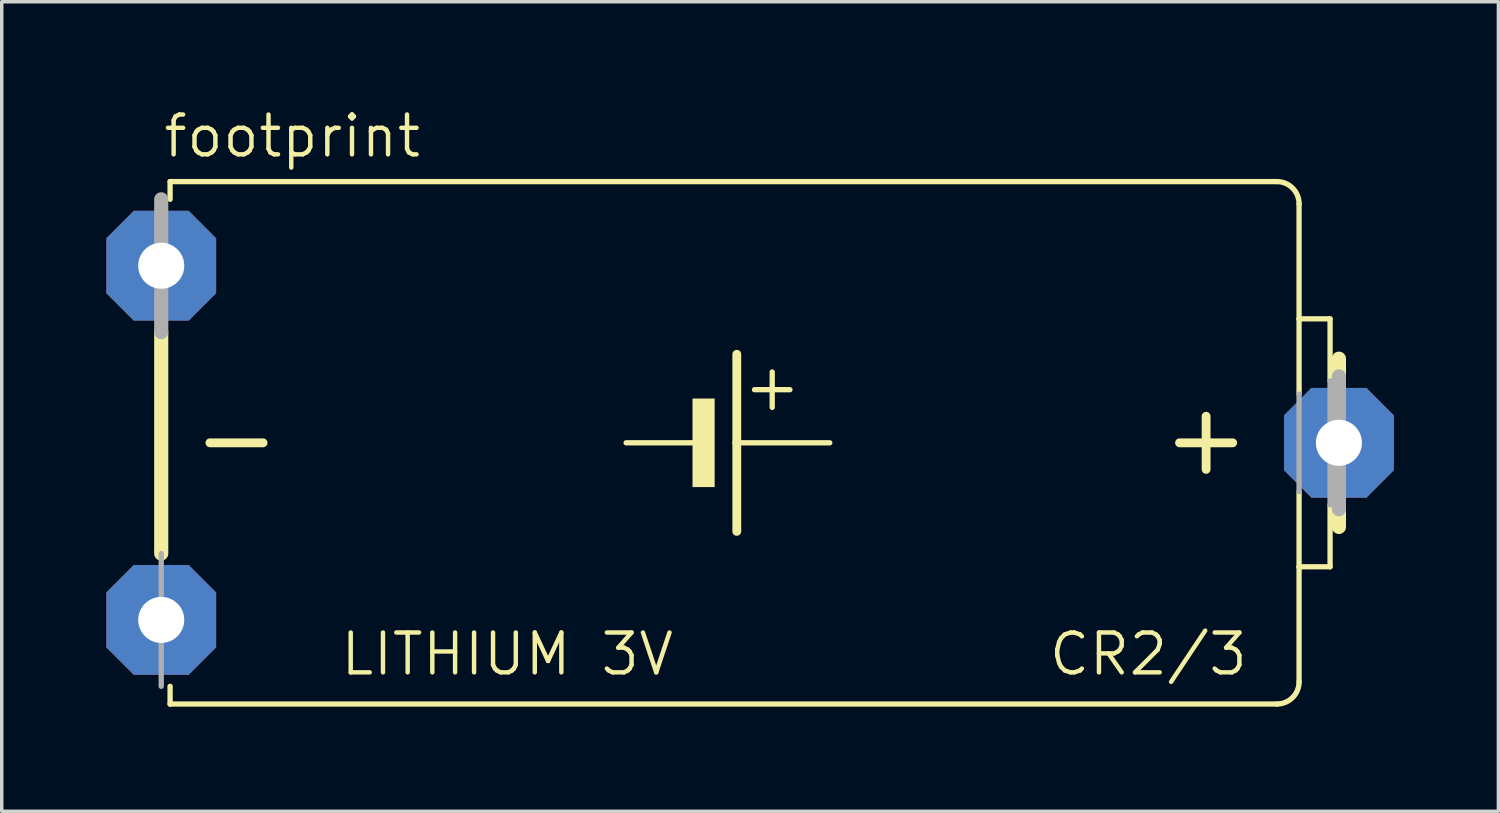
<source format=kicad_pcb>
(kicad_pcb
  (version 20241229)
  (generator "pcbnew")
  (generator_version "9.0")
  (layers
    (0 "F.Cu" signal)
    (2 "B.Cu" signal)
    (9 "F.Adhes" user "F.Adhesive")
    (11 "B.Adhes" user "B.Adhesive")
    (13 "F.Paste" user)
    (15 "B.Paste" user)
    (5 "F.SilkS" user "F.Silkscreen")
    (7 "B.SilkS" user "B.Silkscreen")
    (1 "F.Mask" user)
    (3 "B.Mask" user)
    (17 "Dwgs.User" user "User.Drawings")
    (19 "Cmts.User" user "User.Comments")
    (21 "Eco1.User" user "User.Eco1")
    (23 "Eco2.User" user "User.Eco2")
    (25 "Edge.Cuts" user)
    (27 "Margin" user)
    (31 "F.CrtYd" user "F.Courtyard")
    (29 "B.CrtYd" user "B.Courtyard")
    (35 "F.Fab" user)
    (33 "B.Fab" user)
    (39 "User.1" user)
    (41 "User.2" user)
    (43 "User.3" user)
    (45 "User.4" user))
  (footprint "footprint"
    (layer "F.Cu")
    (at 16.815 9.652)
    (property "Reference" "footprint" (at -15.24 -8.128 0) (layer "F.SilkS") (effects (font (size 1.143 1.143) (thickness 0.127)) (justify left bottom)))
    (fp_line (start -15.24 3.175) (end -15.24 -3.175) (stroke (width 0.406) (type solid)) (layer "F.SilkS"))
    (fp_line (start -14.986 -6.985) (end -14.986 -7.493) (stroke (width 0.152) (type solid)) (layer "F.SilkS"))
    (fp_line (start -14.986 7.493) (end -14.986 6.985) (stroke (width 0.152) (type solid)) (layer "F.SilkS"))
    (fp_line (start -12.319 0) (end -13.843 0) (stroke (width 0.254) (type solid)) (layer "F.SilkS"))
    (fp_line (start -1.905 0) (end 0 0) (stroke (width 0.152) (type solid)) (layer "F.SilkS"))
    (fp_line (start 1.27 -2.54) (end 1.27 0) (stroke (width 0.254) (type solid)) (layer "F.SilkS"))
    (fp_line (start 1.27 0) (end 1.27 2.54) (stroke (width 0.254) (type solid)) (layer "F.SilkS"))
    (fp_line (start 1.27 0) (end 3.937 0) (stroke (width 0.152) (type solid)) (layer "F.SilkS"))
    (fp_line (start 1.778 -1.524) (end 2.794 -1.524) (stroke (width 0.152) (type solid)) (layer "F.SilkS"))
    (fp_line (start 2.286 -2.032) (end 2.286 -1.016) (stroke (width 0.152) (type solid)) (layer "F.SilkS"))
    (fp_line (start 14.732 -0.762) (end 14.732 0.762) (stroke (width 0.254) (type solid)) (layer "F.SilkS"))
    (fp_line (start 15.494 0) (end 13.97 0) (stroke (width 0.254) (type solid)) (layer "F.SilkS"))
    (fp_line (start 16.764 -7.493) (end -14.986 -7.493) (stroke (width 0.152) (type solid)) (layer "F.SilkS"))
    (fp_line (start 16.764 7.493) (end -14.986 7.493) (stroke (width 0.152) (type solid)) (layer "F.SilkS"))
    (fp_line (start 17.399 -3.556) (end 17.399 -6.858) (stroke (width 0.152) (type solid)) (layer "F.SilkS"))
    (fp_line (start 17.399 -1.397) (end 17.399 -3.556) (stroke (width 0.152) (type solid)) (layer "F.SilkS"))
    (fp_line (start 17.399 3.556) (end 17.399 1.397) (stroke (width 0.152) (type solid)) (layer "F.SilkS"))
    (fp_line (start 17.399 6.858) (end 17.399 3.556) (stroke (width 0.152) (type solid)) (layer "F.SilkS"))
    (fp_line (start 18.288 -3.556) (end 17.399 -3.556) (stroke (width 0.152) (type solid)) (layer "F.SilkS"))
    (fp_line (start 18.288 -1.778) (end 18.288 -3.556) (stroke (width 0.152) (type solid)) (layer "F.SilkS"))
    (fp_line (start 18.288 3.556) (end 17.399 3.556) (stroke (width 0.152) (type solid)) (layer "F.SilkS"))
    (fp_line (start 18.288 3.556) (end 18.288 1.778) (stroke (width 0.152) (type solid)) (layer "F.SilkS"))
    (fp_line (start 18.542 -1.905) (end 18.542 -2.413) (stroke (width 0.406) (type solid)) (layer "F.SilkS"))
    (fp_line (start 18.542 2.413) (end 18.542 1.905) (stroke (width 0.406) (type solid)) (layer "F.SilkS"))
    (fp_arc (start 16.764 -7.493) (mid 17.213013 -7.307013) (end 17.399 -6.858) (stroke (width 0.1524) (type solid)) (layer "F.SilkS"))
    (fp_arc (start 17.399 6.858) (mid 17.213013 7.307013) (end 16.764 7.493) (stroke (width 0.1524) (type solid)) (layer "F.SilkS"))
    (fp_poly (pts (xy 0.635 -1.27) (xy 0 -1.27) (xy 0 1.27) (xy 0.635 1.27)) (stroke (width 0) (type solid)) (fill yes) (layer "F.SilkS"))
    (fp_line (start -15.24 -3.175) (end -15.24 -6.985) (stroke (width 0.406) (type solid)) (layer "F.Fab"))
    (fp_line (start -15.24 6.985) (end -15.24 3.175) (stroke (width 0.152) (type solid)) (layer "F.Fab"))
    (fp_line (start 17.399 1.397) (end 17.399 -1.397) (stroke (width 0.152) (type solid)) (layer "F.Fab"))
    (fp_line (start 18.288 1.778) (end 18.288 -1.778) (stroke (width 0.152) (type solid)) (layer "F.Fab"))
    (fp_line (start 18.542 1.905) (end 18.542 -1.905) (stroke (width 0.406) (type solid)) (layer "F.Fab"))
    (fp_text user "CR2/3" (at 10.16 6.731 0) (layer "F.SilkS") (effects (font (size 1.143 1.143) (thickness 0.127)) (justify left bottom)))
    (fp_text user "LITHIUM 3V" (at -10.16 6.731 0) (layer "F.SilkS") (effects (font (size 1.143 1.143) (thickness 0.127)) (justify left bottom)))
    (pad "+" thru_hole roundrect (at 18.542 0) (size 3.15 3.15) (drill 1.321) (layers "*.Cu" "*.Mask") (roundrect_rratio 0.25) (chamfer_ratio 0.25) (chamfer top_left top_right bottom_left bottom_right))
    (pad "-@1" thru_hole roundrect (at -15.24 5.08) (size 3.15 3.15) (drill 1.321) (layers "*.Cu" "*.Mask") (roundrect_rratio 0.25) (chamfer_ratio 0.25) (chamfer top_left top_right bottom_left bottom_right))
    (pad "-@2" thru_hole roundrect (at -15.24 -5.08) (size 3.15 3.15) (drill 1.321) (layers "*.Cu" "*.Mask") (roundrect_rratio 0.25) (chamfer_ratio 0.25) (chamfer top_left top_right bottom_left bottom_right)))
  (gr_rect
    (start -3 -3)
    (end 39.932 20.221)
    (stroke (width 0.1) (type default))
    (fill no)
    (layer "Edge.Cuts")))
</source>
